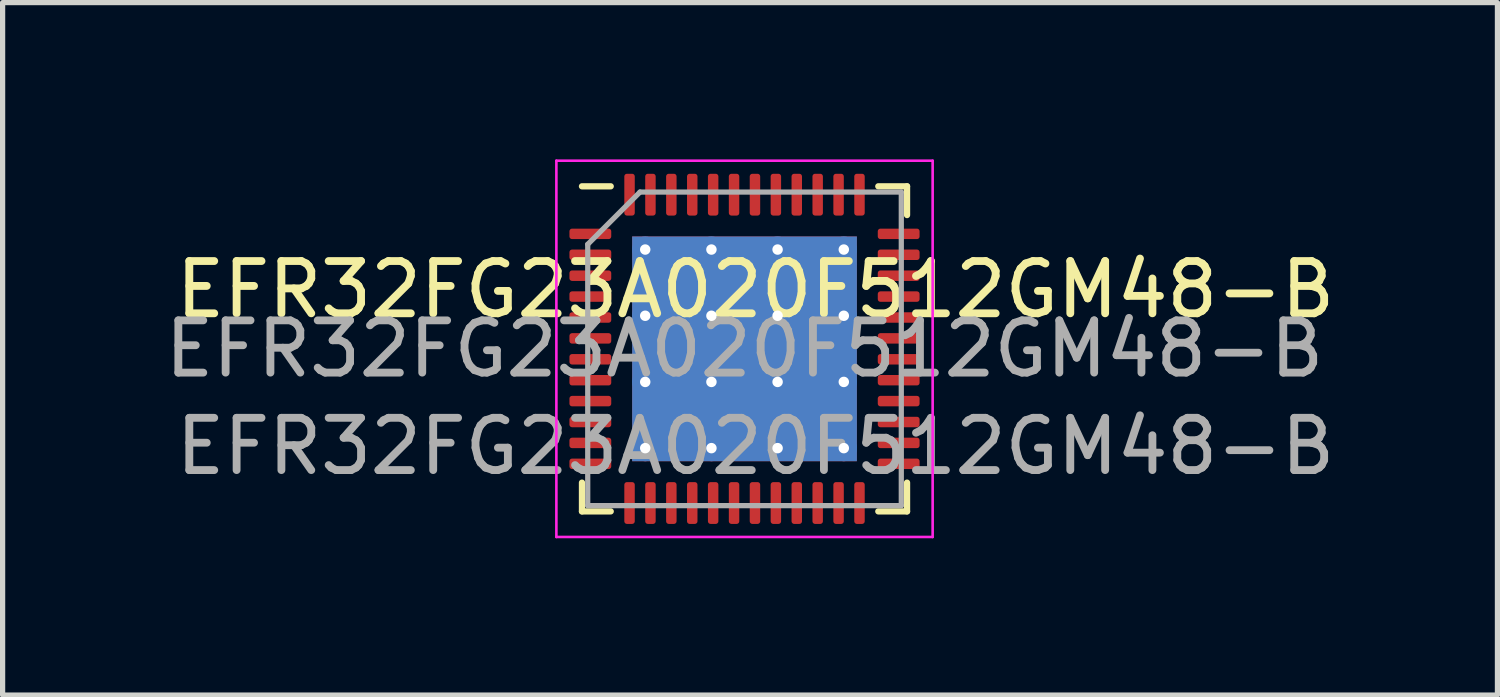
<source format=kicad_pcb>
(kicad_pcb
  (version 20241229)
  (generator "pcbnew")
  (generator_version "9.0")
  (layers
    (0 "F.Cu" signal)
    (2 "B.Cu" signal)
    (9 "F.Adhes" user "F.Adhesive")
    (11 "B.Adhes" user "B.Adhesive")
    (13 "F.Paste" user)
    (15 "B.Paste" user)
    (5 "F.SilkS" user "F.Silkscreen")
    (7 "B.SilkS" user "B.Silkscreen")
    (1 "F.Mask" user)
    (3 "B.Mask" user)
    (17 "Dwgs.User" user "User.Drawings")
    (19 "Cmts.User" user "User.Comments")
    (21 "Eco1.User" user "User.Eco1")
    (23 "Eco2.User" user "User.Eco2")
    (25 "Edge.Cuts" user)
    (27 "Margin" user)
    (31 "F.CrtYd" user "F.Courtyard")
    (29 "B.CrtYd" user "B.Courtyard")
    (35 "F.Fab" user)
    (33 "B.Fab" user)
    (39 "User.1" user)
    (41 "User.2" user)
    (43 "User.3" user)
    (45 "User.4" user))
  (footprint "EFR32FG23A020F512GM48-B"
    (layer "F.Cu")
    (at 11.406 2.99)
    (property "Reference" "EFR32FG23A020F512GM48-B" (at 0 -0.5 0) (unlocked yes) (layer "F.SilkS") (effects (font (size 1 1) (thickness 0.15))))
    (attr smd)
    (fp_line (start -3.32 3.745) (end -3.32 3.195) (stroke (width 0.12) (type solid)) (layer "F.SilkS"))
    (fp_line (start -2.77 -2.475) (end -3.32 -2.475) (stroke (width 0.12) (type solid)) (layer "F.SilkS"))
    (fp_line (start -2.77 3.745) (end -3.32 3.745) (stroke (width 0.12) (type solid)) (layer "F.SilkS"))
    (fp_line (start 2.35 -2.475) (end 2.9 -2.475) (stroke (width 0.12) (type solid)) (layer "F.SilkS"))
    (fp_line (start 2.35 3.745) (end 2.9 3.745) (stroke (width 0.12) (type solid)) (layer "F.SilkS"))
    (fp_line (start 2.9 -2.475) (end 2.9 -1.925) (stroke (width 0.12) (type solid)) (layer "F.SilkS"))
    (fp_line (start 2.9 3.745) (end 2.9 3.195) (stroke (width 0.12) (type solid)) (layer "F.SilkS"))
    (fp_line (start -3.81 -2.965) (end -3.81 4.235) (stroke (width 0.05) (type solid)) (layer "F.CrtYd"))
    (fp_line (start -3.81 4.235) (end 3.39 4.235) (stroke (width 0.05) (type solid)) (layer "F.CrtYd"))
    (fp_line (start 3.39 -2.965) (end -3.81 -2.965) (stroke (width 0.05) (type solid)) (layer "F.CrtYd"))
    (fp_line (start 3.39 4.235) (end 3.39 -2.965) (stroke (width 0.05) (type solid)) (layer "F.CrtYd"))
    (fp_line (start -3.21 -1.365) (end -2.21 -2.365) (stroke (width 0.1) (type solid)) (layer "F.Fab"))
    (fp_line (start -3.21 3.635) (end -3.21 -1.365) (stroke (width 0.1) (type solid)) (layer "F.Fab"))
    (fp_line (start -2.21 -2.365) (end 2.79 -2.365) (stroke (width 0.1) (type solid)) (layer "F.Fab"))
    (fp_line (start 2.79 -2.365) (end 2.79 3.635) (stroke (width 0.1) (type solid)) (layer "F.Fab"))
    (fp_line (start 2.79 3.635) (end -3.21 3.635) (stroke (width 0.1) (type solid)) (layer "F.Fab"))
    (fp_text user "${REFERENCE}" (at -0.21 0.635 0) (layer "F.Fab") (effects (font (size 1 1) (thickness 0.15))))
    (fp_text user "${REFERENCE}" (at 0 2.5 0) (unlocked yes) (layer "F.Fab") (effects (font (size 1 1) (thickness 0.15))))
    (pad "" smd custom (at -1.477 -0.632) (size 1.034 1.034) (layers "F.Paste") (options (anchor circle)) (primitives (gr_poly (pts (xy 0.456 -0.356) (xy 0.456 0.356) (xy 0.356 0.456) (xy -0.356 0.456) (xy -0.456 0.356) (xy -0.456 -0.356) (xy -0.356 -0.456) (xy 0.356 -0.456)) (width 0.243) (fill yes))))
    (pad "" smd custom (at -1.477 0.635) (size 1.034 1.034) (layers "F.Paste") (options (anchor circle)) (primitives (gr_poly (pts (xy 0.456 -0.356) (xy 0.456 0.356) (xy 0.356 0.456) (xy -0.356 0.456) (xy -0.456 0.356) (xy -0.456 -0.356) (xy -0.356 -0.456) (xy 0.356 -0.456)) (width 0.243) (fill yes))))
    (pad "" smd custom (at -1.477 1.902) (size 1.034 1.034) (layers "F.Paste") (options (anchor circle)) (primitives (gr_poly (pts (xy 0.456 -0.356) (xy 0.456 0.356) (xy 0.356 0.456) (xy -0.356 0.456) (xy -0.456 0.356) (xy -0.456 -0.356) (xy -0.356 -0.456) (xy 0.356 -0.456)) (width 0.243) (fill yes))))
    (pad "" smd custom (at -0.21 -0.632) (size 1.034 1.034) (layers "F.Paste") (options (anchor circle)) (primitives (gr_poly (pts (xy 0.456 -0.356) (xy 0.456 0.356) (xy 0.356 0.456) (xy -0.356 0.456) (xy -0.456 0.356) (xy -0.456 -0.356) (xy -0.356 -0.456) (xy 0.356 -0.456)) (width 0.243) (fill yes))))
    (pad "" smd custom (at -0.21 0.635) (size 1.034 1.034) (layers "F.Paste") (options (anchor circle)) (primitives (gr_poly (pts (xy 0.456 -0.356) (xy 0.456 0.356) (xy 0.356 0.456) (xy -0.356 0.456) (xy -0.456 0.356) (xy -0.456 -0.356) (xy -0.356 -0.456) (xy 0.356 -0.456)) (width 0.243) (fill yes))))
    (pad "" smd custom (at -0.21 1.902) (size 1.034 1.034) (layers "F.Paste") (options (anchor circle)) (primitives (gr_poly (pts (xy 0.456 -0.356) (xy 0.456 0.356) (xy 0.356 0.456) (xy -0.356 0.456) (xy -0.456 0.356) (xy -0.456 -0.356) (xy -0.356 -0.456) (xy 0.356 -0.456)) (width 0.243) (fill yes))))
    (pad "" smd custom (at 1.057 -0.632) (size 1.034 1.034) (layers "F.Paste") (options (anchor circle)) (primitives (gr_poly (pts (xy 0.456 -0.356) (xy 0.456 0.356) (xy 0.356 0.456) (xy -0.356 0.456) (xy -0.456 0.356) (xy -0.456 -0.356) (xy -0.356 -0.456) (xy 0.356 -0.456)) (width 0.243) (fill yes))))
    (pad "" smd custom (at 1.057 0.635) (size 1.034 1.034) (layers "F.Paste") (options (anchor circle)) (primitives (gr_poly (pts (xy 0.456 -0.356) (xy 0.456 0.356) (xy 0.356 0.456) (xy -0.356 0.456) (xy -0.456 0.356) (xy -0.456 -0.356) (xy -0.356 -0.456) (xy 0.356 -0.456)) (width 0.243) (fill yes))))
    (pad "" smd custom (at 1.057 1.902) (size 1.034 1.034) (layers "F.Paste") (options (anchor circle)) (primitives (gr_poly (pts (xy 0.456 -0.356) (xy 0.456 0.356) (xy 0.356 0.456) (xy -0.356 0.456) (xy -0.456 0.356) (xy -0.456 -0.356) (xy -0.356 -0.456) (xy 0.356 -0.456)) (width 0.243) (fill yes))))
    (pad "1" smd roundrect (at -3.16 -1.565) (size 0.8 0.2) (layers "F.Cu" "F.Mask" "F.Paste") (roundrect_rratio 0.25))
    (pad "2" smd roundrect (at -3.16 -1.165) (size 0.8 0.2) (layers "F.Cu" "F.Mask" "F.Paste") (roundrect_rratio 0.25))
    (pad "3" smd roundrect (at -3.16 -0.765) (size 0.8 0.2) (layers "F.Cu" "F.Mask" "F.Paste") (roundrect_rratio 0.25))
    (pad "4" smd roundrect (at -3.16 -0.365) (size 0.8 0.2) (layers "F.Cu" "F.Mask" "F.Paste") (roundrect_rratio 0.25))
    (pad "5" smd roundrect (at -3.16 0.035) (size 0.8 0.2) (layers "F.Cu" "F.Mask" "F.Paste") (roundrect_rratio 0.25))
    (pad "6" smd roundrect (at -3.16 0.435) (size 0.8 0.2) (layers "F.Cu" "F.Mask" "F.Paste") (roundrect_rratio 0.25))
    (pad "7" smd roundrect (at -3.16 0.835) (size 0.8 0.2) (layers "F.Cu" "F.Mask" "F.Paste") (roundrect_rratio 0.25))
    (pad "8" smd roundrect (at -3.16 1.235) (size 0.8 0.2) (layers "F.Cu" "F.Mask" "F.Paste") (roundrect_rratio 0.25))
    (pad "9" smd roundrect (at -3.16 1.635) (size 0.8 0.2) (layers "F.Cu" "F.Mask" "F.Paste") (roundrect_rratio 0.25))
    (pad "10" smd roundrect (at -3.16 2.035) (size 0.8 0.2) (layers "F.Cu" "F.Mask" "F.Paste") (roundrect_rratio 0.25))
    (pad "11" smd roundrect (at -3.16 2.435) (size 0.8 0.2) (layers "F.Cu" "F.Mask" "F.Paste") (roundrect_rratio 0.25))
    (pad "12" smd roundrect (at -3.16 2.835) (size 0.8 0.2) (layers "F.Cu" "F.Mask" "F.Paste") (roundrect_rratio 0.25))
    (pad "13" smd roundrect (at -2.41 3.585) (size 0.2 0.8) (layers "F.Cu" "F.Mask" "F.Paste") (roundrect_rratio 0.25))
    (pad "14" smd roundrect (at -2.01 3.585) (size 0.2 0.8) (layers "F.Cu" "F.Mask" "F.Paste") (roundrect_rratio 0.25))
    (pad "15" smd roundrect (at -1.61 3.585) (size 0.2 0.8) (layers "F.Cu" "F.Mask" "F.Paste") (roundrect_rratio 0.25))
    (pad "16" smd roundrect (at -1.21 3.585) (size 0.2 0.8) (layers "F.Cu" "F.Mask" "F.Paste") (roundrect_rratio 0.25))
    (pad "17" smd roundrect (at -0.81 3.585) (size 0.2 0.8) (layers "F.Cu" "F.Mask" "F.Paste") (roundrect_rratio 0.25))
    (pad "18" smd roundrect (at -0.41 3.585) (size 0.2 0.8) (layers "F.Cu" "F.Mask" "F.Paste") (roundrect_rratio 0.25))
    (pad "19" smd roundrect (at -0.01 3.585) (size 0.2 0.8) (layers "F.Cu" "F.Mask" "F.Paste") (roundrect_rratio 0.25))
    (pad "20" smd roundrect (at 0.39 3.585) (size 0.2 0.8) (layers "F.Cu" "F.Mask" "F.Paste") (roundrect_rratio 0.25))
    (pad "21" smd roundrect (at 0.79 3.585) (size 0.2 0.8) (layers "F.Cu" "F.Mask" "F.Paste") (roundrect_rratio 0.25))
    (pad "22" smd roundrect (at 1.19 3.585) (size 0.2 0.8) (layers "F.Cu" "F.Mask" "F.Paste") (roundrect_rratio 0.25))
    (pad "23" smd roundrect (at 1.59 3.585) (size 0.2 0.8) (layers "F.Cu" "F.Mask" "F.Paste") (roundrect_rratio 0.25))
    (pad "24" smd roundrect (at 1.99 3.585) (size 0.2 0.8) (layers "F.Cu" "F.Mask" "F.Paste") (roundrect_rratio 0.25))
    (pad "25" smd roundrect (at 2.74 2.835) (size 0.8 0.2) (layers "F.Cu" "F.Mask" "F.Paste") (roundrect_rratio 0.25))
    (pad "26" smd roundrect (at 2.74 2.435) (size 0.8 0.2) (layers "F.Cu" "F.Mask" "F.Paste") (roundrect_rratio 0.25))
    (pad "27" smd roundrect (at 2.74 2.035) (size 0.8 0.2) (layers "F.Cu" "F.Mask" "F.Paste") (roundrect_rratio 0.25))
    (pad "28" smd roundrect (at 2.74 1.635) (size 0.8 0.2) (layers "F.Cu" "F.Mask" "F.Paste") (roundrect_rratio 0.25))
    (pad "29" smd roundrect (at 2.74 1.235) (size 0.8 0.2) (layers "F.Cu" "F.Mask" "F.Paste") (roundrect_rratio 0.25))
    (pad "30" smd roundrect (at 2.74 0.835) (size 0.8 0.2) (layers "F.Cu" "F.Mask" "F.Paste") (roundrect_rratio 0.25))
    (pad "31" smd roundrect (at 2.74 0.435) (size 0.8 0.2) (layers "F.Cu" "F.Mask" "F.Paste") (roundrect_rratio 0.25))
    (pad "32" smd roundrect (at 2.74 0.035) (size 0.8 0.2) (layers "F.Cu" "F.Mask" "F.Paste") (roundrect_rratio 0.25))
    (pad "33" smd roundrect (at 2.74 -0.365) (size 0.8 0.2) (layers "F.Cu" "F.Mask" "F.Paste") (roundrect_rratio 0.25))
    (pad "34" smd roundrect (at 2.74 -0.765) (size 0.8 0.2) (layers "F.Cu" "F.Mask" "F.Paste") (roundrect_rratio 0.25))
    (pad "35" smd roundrect (at 2.74 -1.165) (size 0.8 0.2) (layers "F.Cu" "F.Mask" "F.Paste") (roundrect_rratio 0.25))
    (pad "36" smd roundrect (at 2.74 -1.565) (size 0.8 0.2) (layers "F.Cu" "F.Mask" "F.Paste") (roundrect_rratio 0.25))
    (pad "37" smd roundrect (at 1.99 -2.315) (size 0.2 0.8) (layers "F.Cu" "F.Mask" "F.Paste") (roundrect_rratio 0.25))
    (pad "38" smd roundrect (at 1.59 -2.315) (size 0.2 0.8) (layers "F.Cu" "F.Mask" "F.Paste") (roundrect_rratio 0.25))
    (pad "39" smd roundrect (at 1.19 -2.315) (size 0.2 0.8) (layers "F.Cu" "F.Mask" "F.Paste") (roundrect_rratio 0.25))
    (pad "40" smd roundrect (at 0.79 -2.315) (size 0.2 0.8) (layers "F.Cu" "F.Mask" "F.Paste") (roundrect_rratio 0.25))
    (pad "41" smd roundrect (at 0.39 -2.315) (size 0.2 0.8) (layers "F.Cu" "F.Mask" "F.Paste") (roundrect_rratio 0.25))
    (pad "42" smd roundrect (at -0.01 -2.315) (size 0.2 0.8) (layers "F.Cu" "F.Mask" "F.Paste") (roundrect_rratio 0.25))
    (pad "43" smd roundrect (at -0.41 -2.315) (size 0.2 0.8) (layers "F.Cu" "F.Mask" "F.Paste") (roundrect_rratio 0.25))
    (pad "44" smd roundrect (at -0.81 -2.315) (size 0.2 0.8) (layers "F.Cu" "F.Mask" "F.Paste") (roundrect_rratio 0.25))
    (pad "45" smd roundrect (at -1.21 -2.315) (size 0.2 0.8) (layers "F.Cu" "F.Mask" "F.Paste") (roundrect_rratio 0.25))
    (pad "46" smd roundrect (at -1.61 -2.315) (size 0.2 0.8) (layers "F.Cu" "F.Mask" "F.Paste") (roundrect_rratio 0.25))
    (pad "47" smd roundrect (at -2.01 -2.315) (size 0.2 0.8) (layers "F.Cu" "F.Mask" "F.Paste") (roundrect_rratio 0.25))
    (pad "48" smd roundrect (at -2.41 -2.315) (size 0.2 0.8) (layers "F.Cu" "F.Mask" "F.Paste") (roundrect_rratio 0.25))
    (pad "49" thru_hole circle (at -2.11 -1.265) (size 0.5 0.5) (drill 0.2) (layers "*.Cu"))
    (pad "49" thru_hole circle (at -2.11 0.002) (size 0.5 0.5) (drill 0.2) (layers "*.Cu"))
    (pad "49" thru_hole circle (at -2.11 1.268) (size 0.5 0.5) (drill 0.2) (layers "*.Cu"))
    (pad "49" thru_hole circle (at -2.11 2.535) (size 0.5 0.5) (drill 0.2) (layers "*.Cu"))
    (pad "49" thru_hole circle (at -0.843 -1.265) (size 0.5 0.5) (drill 0.2) (layers "*.Cu"))
    (pad "49" thru_hole circle (at -0.843 0.002) (size 0.5 0.5) (drill 0.2) (layers "*.Cu"))
    (pad "49" thru_hole circle (at -0.843 1.268) (size 0.5 0.5) (drill 0.2) (layers "*.Cu"))
    (pad "49" thru_hole circle (at -0.843 2.535) (size 0.5 0.5) (drill 0.2) (layers "*.Cu"))
    (pad "49" smd rect (at -0.21 0.635) (size 4.3 4.3) (layers "F.Cu" "F.Mask"))
    (pad "49" smd rect (at -0.21 0.635) (size 4.3 4.3) (layers "B.Cu"))
    (pad "49" thru_hole circle (at 0.423 -1.265) (size 0.5 0.5) (drill 0.2) (layers "*.Cu"))
    (pad "49" thru_hole circle (at 0.423 0.002) (size 0.5 0.5) (drill 0.2) (layers "*.Cu"))
    (pad "49" thru_hole circle (at 0.423 1.268) (size 0.5 0.5) (drill 0.2) (layers "*.Cu"))
    (pad "49" thru_hole circle (at 0.423 2.535) (size 0.5 0.5) (drill 0.2) (layers "*.Cu"))
    (pad "49" thru_hole circle (at 1.69 -1.265) (size 0.5 0.5) (drill 0.2) (layers "*.Cu"))
    (pad "49" thru_hole circle (at 1.69 0.002) (size 0.5 0.5) (drill 0.2) (layers "*.Cu"))
    (pad "49" thru_hole circle (at 1.69 1.268) (size 0.5 0.5) (drill 0.2) (layers "*.Cu"))
    (pad "49" thru_hole circle (at 1.69 2.535) (size 0.5 0.5) (drill 0.2) (layers "*.Cu")))
  (gr_rect
    (start -3 -3)
    (end 25.603 10.25)
    (stroke (width 0.1) (type default))
    (fill no)
    (layer "Edge.Cuts")))
</source>
